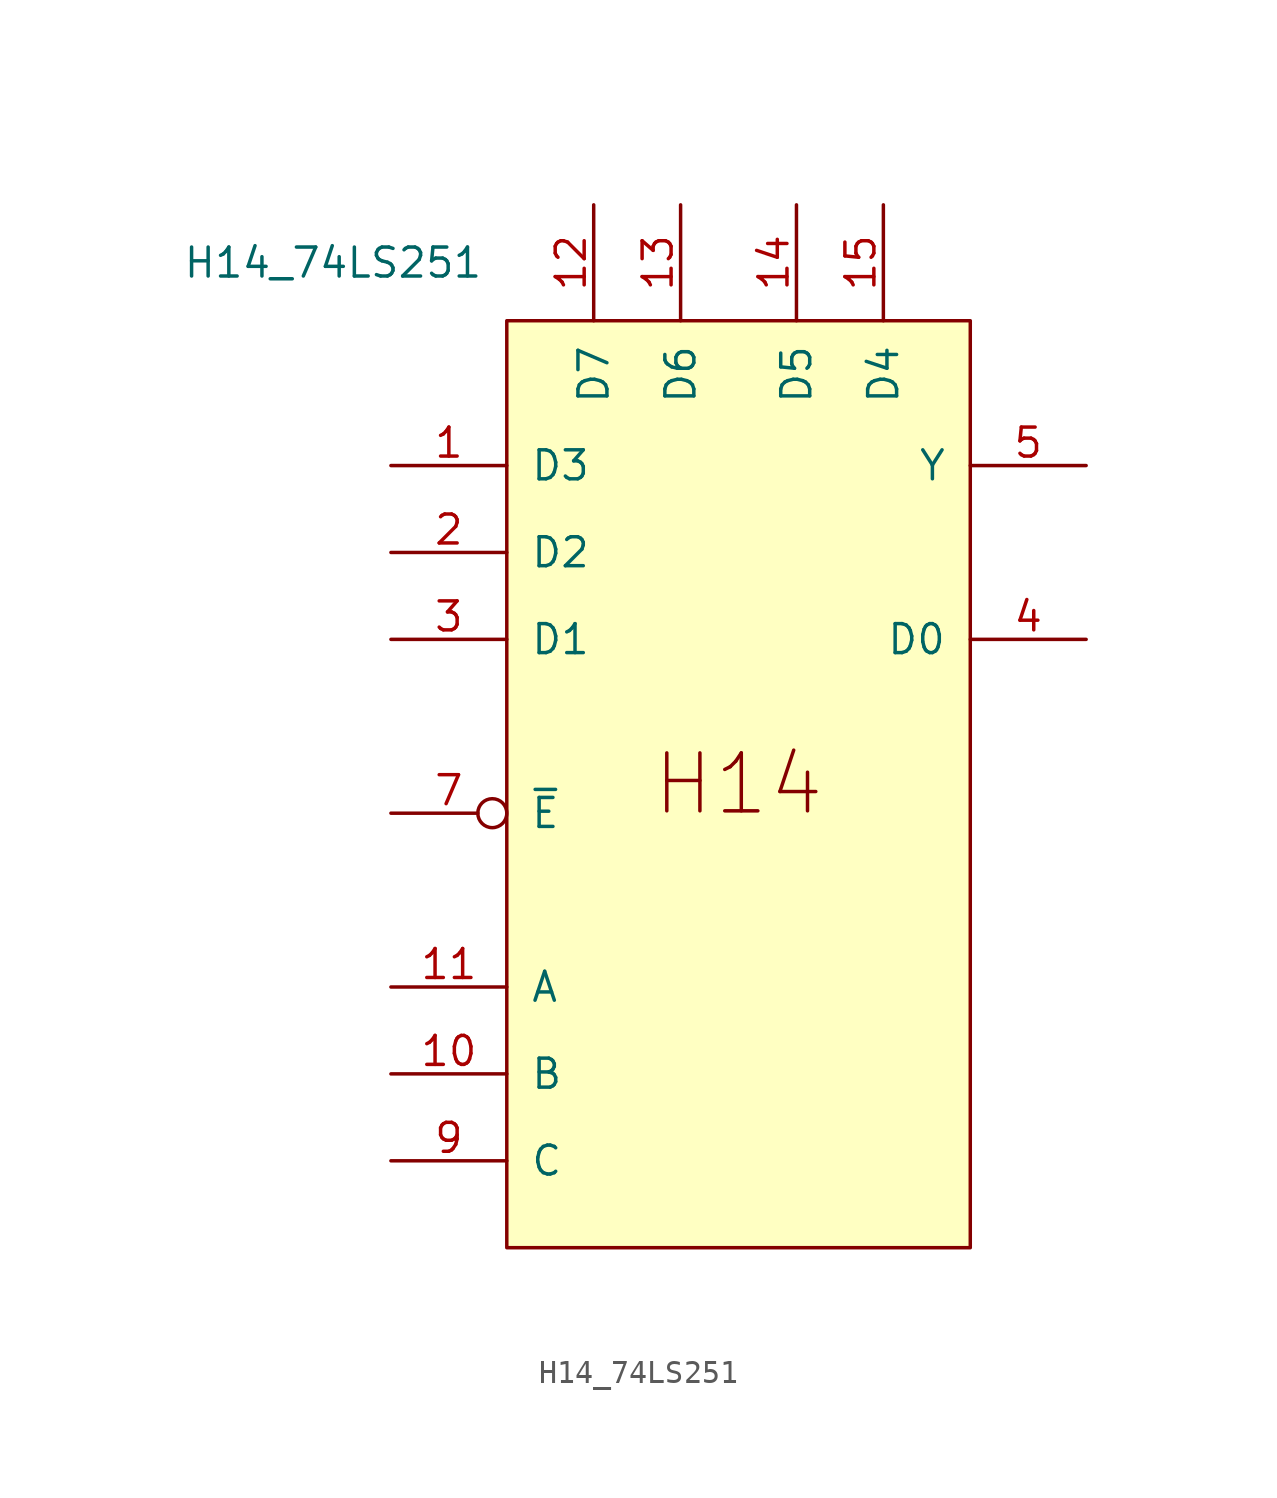
<source format=kicad_sym>
(kicad_symbol_lib
  (version 20211014)
  (generator kicad_symbol_editor)
  (symbol "H14_74LS251"
    (pin_names
      (offset 1.016))
    (property "Reference" "U"
      (at -52.07 44.45 0)
      (effects (font (size 1.27 1.27)) hide))
    (property "Value" "H14_74LS251"
      (at -7.62 2.54 0)
      (effects (font (size 1.27 1.27))))
    (symbol "H14_74LS251_0_0"
      (text "H14" (at 10.16 -20.32 0) (effects (font (size 2.54 2.54)))))
    (symbol "H14_74LS251_0_1"
      (rectangle (start 0 0) (end 20.32 -40.64) (stroke (width 0) (type default) (color 0 0 0 0)) (fill (type background))))
    (symbol "H14_74LS251_1_0"
      (pin input line (at -5.08 -6.35 0) (length 5.08) (name "D3" (effects (font (size 1.27 1.27)))) (number "1" (effects (font (size 1.27 1.27)))))
      (pin input line (at -5.08 -33.02 0) (length 5.08) (name "B" (effects (font (size 1.27 1.27)))) (number "10" (effects (font (size 1.27 1.27)))))
      (pin input line (at -5.08 -29.21 0) (length 5.08) (name "A" (effects (font (size 1.27 1.27)))) (number "11" (effects (font (size 1.27 1.27)))))
      (pin input line (at 3.81 5.08 270) (length 5.08) (name "D7" (effects (font (size 1.27 1.27)))) (number "12" (effects (font (size 1.27 1.27)))))
      (pin input line (at 7.62 5.08 270) (length 5.08) (name "D6" (effects (font (size 1.27 1.27)))) (number "13" (effects (font (size 1.27 1.27)))))
      (pin input line (at 12.7 5.08 270) (length 5.08) (name "D5" (effects (font (size 1.27 1.27)))) (number "14" (effects (font (size 1.27 1.27)))))
      (pin input line (at 16.51 5.08 270) (length 5.08) (name "D4" (effects (font (size 1.27 1.27)))) (number "15" (effects (font (size 1.27 1.27)))))
      (pin input line (at -5.08 -10.16 0) (length 5.08) (name "D2" (effects (font (size 1.27 1.27)))) (number "2" (effects (font (size 1.27 1.27)))))
      (pin input line (at -5.08 -13.97 0) (length 5.08) (name "D1" (effects (font (size 1.27 1.27)))) (number "3" (effects (font (size 1.27 1.27)))))
      (pin input line (at 25.4 -13.97 180) (length 5.08) (name "D0" (effects (font (size 1.27 1.27)))) (number "4" (effects (font (size 1.27 1.27)))))
      (pin tri_state line (at 25.4 -6.35 180) (length 5.08) (name "Y" (effects (font (size 1.27 1.27)))) (number "5" (effects (font (size 1.27 1.27)))))
      (pin input inverted (at -5.08 -21.59 0) (length 5.08) (name "~{E}" (effects (font (size 1.27 1.27)))) (number "7" (effects (font (size 1.27 1.27)))))
      (pin input line (at -5.08 -36.83 0) (length 5.08) (name "C" (effects (font (size 1.27 1.27)))) (number "9" (effects (font (size 1.27 1.27))))))))
</source>
